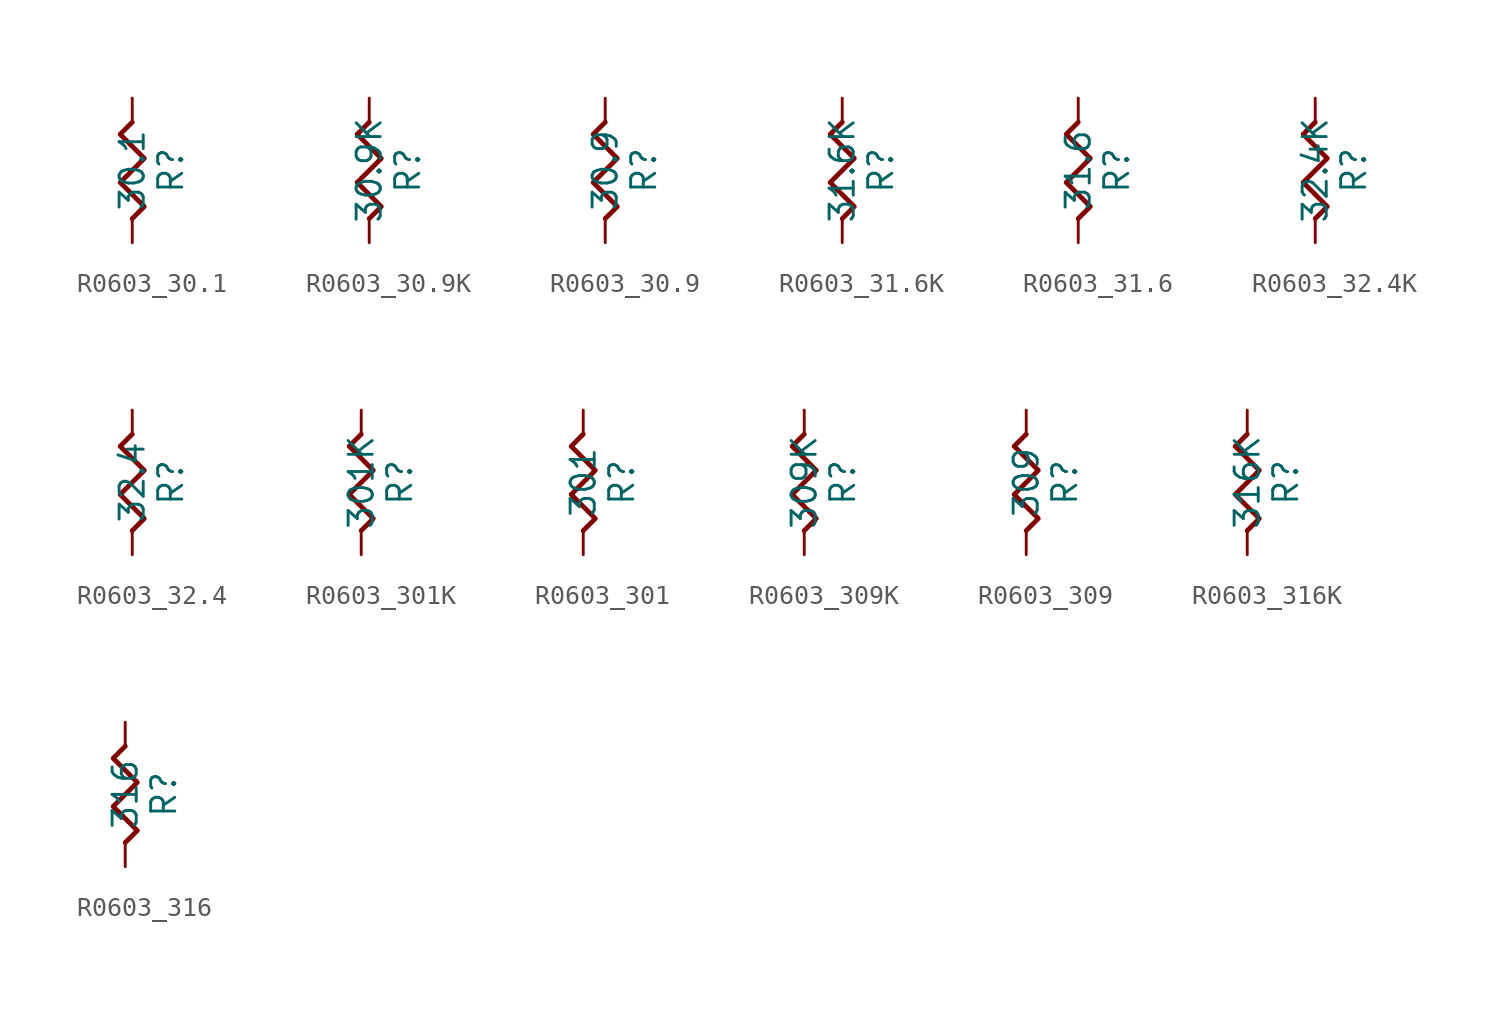
<source format=kicad_sym>
(kicad_symbol_lib
  (version 20211014)
  (generator atlantix-eda)
  (symbol "R0603_30.1"
    (pin_numbers hide)
    (pin_names
      (offset 0))
    (property "Reference" "R"
      (at 2.032 0 90)
      (effects (font (size 1.27 1.27))))
    (property "Value" "30.1"
      (at 0 0 90)
      (effects (font (size 1.27 1.27))))
    (symbol "R0603_30.1_0_1"
      (polyline (pts (xy 0 -2.54) (xy 0.635 -1.905) (xy -0.635 -0.635) (xy 0.635 0.635) (xy -0.635 1.905) (xy 0 2.54)) (stroke (width 0.254) (type default) (color 0 0 0 0)) (fill (type none))))
    (symbol "R0603_30.1_1_1"
      (pin passive line (at 0 3.81 270) (length 1.27) (name "~" (effects (font (size 1.27 1.27)))) (number "1" (effects (font (size 1.27 1.27)))))
      (pin passive line (at 0 -3.81 90) (length 1.27) (name "~" (effects (font (size 1.27 1.27)))) (number "2" (effects (font (size 1.27 1.27)))))))
  (symbol "R0603_30.9K"
    (pin_numbers hide)
    (pin_names
      (offset 0))
    (property "Reference" "R"
      (at 2.032 0 90)
      (effects (font (size 1.27 1.27))))
    (property "Value" "30.9K"
      (at 0 0 90)
      (effects (font (size 1.27 1.27))))
    (symbol "R0603_30.9K_0_1"
      (polyline (pts (xy 0 -2.54) (xy 0.635 -1.905) (xy -0.635 -0.635) (xy 0.635 0.635) (xy -0.635 1.905) (xy 0 2.54)) (stroke (width 0.254) (type default) (color 0 0 0 0)) (fill (type none))))
    (symbol "R0603_30.9K_1_1"
      (pin passive line (at 0 3.81 270) (length 1.27) (name "~" (effects (font (size 1.27 1.27)))) (number "1" (effects (font (size 1.27 1.27)))))
      (pin passive line (at 0 -3.81 90) (length 1.27) (name "~" (effects (font (size 1.27 1.27)))) (number "2" (effects (font (size 1.27 1.27)))))))
  (symbol "R0603_30.9"
    (pin_numbers hide)
    (pin_names
      (offset 0))
    (property "Reference" "R"
      (at 2.032 0 90)
      (effects (font (size 1.27 1.27))))
    (property "Value" "30.9"
      (at 0 0 90)
      (effects (font (size 1.27 1.27))))
    (symbol "R0603_30.9_0_1"
      (polyline (pts (xy 0 -2.54) (xy 0.635 -1.905) (xy -0.635 -0.635) (xy 0.635 0.635) (xy -0.635 1.905) (xy 0 2.54)) (stroke (width 0.254) (type default) (color 0 0 0 0)) (fill (type none))))
    (symbol "R0603_30.9_1_1"
      (pin passive line (at 0 3.81 270) (length 1.27) (name "~" (effects (font (size 1.27 1.27)))) (number "1" (effects (font (size 1.27 1.27)))))
      (pin passive line (at 0 -3.81 90) (length 1.27) (name "~" (effects (font (size 1.27 1.27)))) (number "2" (effects (font (size 1.27 1.27)))))))
  (symbol "R0603_31.6K"
    (pin_numbers hide)
    (pin_names
      (offset 0))
    (property "Reference" "R"
      (at 2.032 0 90)
      (effects (font (size 1.27 1.27))))
    (property "Value" "31.6K"
      (at 0 0 90)
      (effects (font (size 1.27 1.27))))
    (symbol "R0603_31.6K_0_1"
      (polyline (pts (xy 0 -2.54) (xy 0.635 -1.905) (xy -0.635 -0.635) (xy 0.635 0.635) (xy -0.635 1.905) (xy 0 2.54)) (stroke (width 0.254) (type default) (color 0 0 0 0)) (fill (type none))))
    (symbol "R0603_31.6K_1_1"
      (pin passive line (at 0 3.81 270) (length 1.27) (name "~" (effects (font (size 1.27 1.27)))) (number "1" (effects (font (size 1.27 1.27)))))
      (pin passive line (at 0 -3.81 90) (length 1.27) (name "~" (effects (font (size 1.27 1.27)))) (number "2" (effects (font (size 1.27 1.27)))))))
  (symbol "R0603_31.6"
    (pin_numbers hide)
    (pin_names
      (offset 0))
    (property "Reference" "R"
      (at 2.032 0 90)
      (effects (font (size 1.27 1.27))))
    (property "Value" "31.6"
      (at 0 0 90)
      (effects (font (size 1.27 1.27))))
    (symbol "R0603_31.6_0_1"
      (polyline (pts (xy 0 -2.54) (xy 0.635 -1.905) (xy -0.635 -0.635) (xy 0.635 0.635) (xy -0.635 1.905) (xy 0 2.54)) (stroke (width 0.254) (type default) (color 0 0 0 0)) (fill (type none))))
    (symbol "R0603_31.6_1_1"
      (pin passive line (at 0 3.81 270) (length 1.27) (name "~" (effects (font (size 1.27 1.27)))) (number "1" (effects (font (size 1.27 1.27)))))
      (pin passive line (at 0 -3.81 90) (length 1.27) (name "~" (effects (font (size 1.27 1.27)))) (number "2" (effects (font (size 1.27 1.27)))))))
  (symbol "R0603_32.4K"
    (pin_numbers hide)
    (pin_names
      (offset 0))
    (property "Reference" "R"
      (at 2.032 0 90)
      (effects (font (size 1.27 1.27))))
    (property "Value" "32.4K"
      (at 0 0 90)
      (effects (font (size 1.27 1.27))))
    (symbol "R0603_32.4K_0_1"
      (polyline (pts (xy 0 -2.54) (xy 0.635 -1.905) (xy -0.635 -0.635) (xy 0.635 0.635) (xy -0.635 1.905) (xy 0 2.54)) (stroke (width 0.254) (type default) (color 0 0 0 0)) (fill (type none))))
    (symbol "R0603_32.4K_1_1"
      (pin passive line (at 0 3.81 270) (length 1.27) (name "~" (effects (font (size 1.27 1.27)))) (number "1" (effects (font (size 1.27 1.27)))))
      (pin passive line (at 0 -3.81 90) (length 1.27) (name "~" (effects (font (size 1.27 1.27)))) (number "2" (effects (font (size 1.27 1.27)))))))
  (symbol "R0603_32.4"
    (pin_numbers hide)
    (pin_names
      (offset 0))
    (property "Reference" "R"
      (at 2.032 0 90)
      (effects (font (size 1.27 1.27))))
    (property "Value" "32.4"
      (at 0 0 90)
      (effects (font (size 1.27 1.27))))
    (symbol "R0603_32.4_0_1"
      (polyline (pts (xy 0 -2.54) (xy 0.635 -1.905) (xy -0.635 -0.635) (xy 0.635 0.635) (xy -0.635 1.905) (xy 0 2.54)) (stroke (width 0.254) (type default) (color 0 0 0 0)) (fill (type none))))
    (symbol "R0603_32.4_1_1"
      (pin passive line (at 0 3.81 270) (length 1.27) (name "~" (effects (font (size 1.27 1.27)))) (number "1" (effects (font (size 1.27 1.27)))))
      (pin passive line (at 0 -3.81 90) (length 1.27) (name "~" (effects (font (size 1.27 1.27)))) (number "2" (effects (font (size 1.27 1.27)))))))
  (symbol "R0603_301K"
    (pin_numbers hide)
    (pin_names
      (offset 0))
    (property "Reference" "R"
      (at 2.032 0 90)
      (effects (font (size 1.27 1.27))))
    (property "Value" "301K"
      (at 0 0 90)
      (effects (font (size 1.27 1.27))))
    (symbol "R0603_301K_0_1"
      (polyline (pts (xy 0 -2.54) (xy 0.635 -1.905) (xy -0.635 -0.635) (xy 0.635 0.635) (xy -0.635 1.905) (xy 0 2.54)) (stroke (width 0.254) (type default) (color 0 0 0 0)) (fill (type none))))
    (symbol "R0603_301K_1_1"
      (pin passive line (at 0 3.81 270) (length 1.27) (name "~" (effects (font (size 1.27 1.27)))) (number "1" (effects (font (size 1.27 1.27)))))
      (pin passive line (at 0 -3.81 90) (length 1.27) (name "~" (effects (font (size 1.27 1.27)))) (number "2" (effects (font (size 1.27 1.27)))))))
  (symbol "R0603_301"
    (pin_numbers hide)
    (pin_names
      (offset 0))
    (property "Reference" "R"
      (at 2.032 0 90)
      (effects (font (size 1.27 1.27))))
    (property "Value" "301"
      (at 0 0 90)
      (effects (font (size 1.27 1.27))))
    (symbol "R0603_301_0_1"
      (polyline (pts (xy 0 -2.54) (xy 0.635 -1.905) (xy -0.635 -0.635) (xy 0.635 0.635) (xy -0.635 1.905) (xy 0 2.54)) (stroke (width 0.254) (type default) (color 0 0 0 0)) (fill (type none))))
    (symbol "R0603_301_1_1"
      (pin passive line (at 0 3.81 270) (length 1.27) (name "~" (effects (font (size 1.27 1.27)))) (number "1" (effects (font (size 1.27 1.27)))))
      (pin passive line (at 0 -3.81 90) (length 1.27) (name "~" (effects (font (size 1.27 1.27)))) (number "2" (effects (font (size 1.27 1.27)))))))
  (symbol "R0603_309K"
    (pin_numbers hide)
    (pin_names
      (offset 0))
    (property "Reference" "R"
      (at 2.032 0 90)
      (effects (font (size 1.27 1.27))))
    (property "Value" "309K"
      (at 0 0 90)
      (effects (font (size 1.27 1.27))))
    (symbol "R0603_309K_0_1"
      (polyline (pts (xy 0 -2.54) (xy 0.635 -1.905) (xy -0.635 -0.635) (xy 0.635 0.635) (xy -0.635 1.905) (xy 0 2.54)) (stroke (width 0.254) (type default) (color 0 0 0 0)) (fill (type none))))
    (symbol "R0603_309K_1_1"
      (pin passive line (at 0 3.81 270) (length 1.27) (name "~" (effects (font (size 1.27 1.27)))) (number "1" (effects (font (size 1.27 1.27)))))
      (pin passive line (at 0 -3.81 90) (length 1.27) (name "~" (effects (font (size 1.27 1.27)))) (number "2" (effects (font (size 1.27 1.27)))))))
  (symbol "R0603_309"
    (pin_numbers hide)
    (pin_names
      (offset 0))
    (property "Reference" "R"
      (at 2.032 0 90)
      (effects (font (size 1.27 1.27))))
    (property "Value" "309"
      (at 0 0 90)
      (effects (font (size 1.27 1.27))))
    (symbol "R0603_309_0_1"
      (polyline (pts (xy 0 -2.54) (xy 0.635 -1.905) (xy -0.635 -0.635) (xy 0.635 0.635) (xy -0.635 1.905) (xy 0 2.54)) (stroke (width 0.254) (type default) (color 0 0 0 0)) (fill (type none))))
    (symbol "R0603_309_1_1"
      (pin passive line (at 0 3.81 270) (length 1.27) (name "~" (effects (font (size 1.27 1.27)))) (number "1" (effects (font (size 1.27 1.27)))))
      (pin passive line (at 0 -3.81 90) (length 1.27) (name "~" (effects (font (size 1.27 1.27)))) (number "2" (effects (font (size 1.27 1.27)))))))
  (symbol "R0603_316K"
    (pin_numbers hide)
    (pin_names
      (offset 0))
    (property "Reference" "R"
      (at 2.032 0 90)
      (effects (font (size 1.27 1.27))))
    (property "Value" "316K"
      (at 0 0 90)
      (effects (font (size 1.27 1.27))))
    (symbol "R0603_316K_0_1"
      (polyline (pts (xy 0 -2.54) (xy 0.635 -1.905) (xy -0.635 -0.635) (xy 0.635 0.635) (xy -0.635 1.905) (xy 0 2.54)) (stroke (width 0.254) (type default) (color 0 0 0 0)) (fill (type none))))
    (symbol "R0603_316K_1_1"
      (pin passive line (at 0 3.81 270) (length 1.27) (name "~" (effects (font (size 1.27 1.27)))) (number "1" (effects (font (size 1.27 1.27)))))
      (pin passive line (at 0 -3.81 90) (length 1.27) (name "~" (effects (font (size 1.27 1.27)))) (number "2" (effects (font (size 1.27 1.27)))))))
  (symbol "R0603_316"
    (pin_numbers hide)
    (pin_names
      (offset 0))
    (property "Reference" "R"
      (at 2.032 0 90)
      (effects (font (size 1.27 1.27))))
    (property "Value" "316"
      (at 0 0 90)
      (effects (font (size 1.27 1.27))))
    (symbol "R0603_316_0_1"
      (polyline (pts (xy 0 -2.54) (xy 0.635 -1.905) (xy -0.635 -0.635) (xy 0.635 0.635) (xy -0.635 1.905) (xy 0 2.54)) (stroke (width 0.254) (type default) (color 0 0 0 0)) (fill (type none))))
    (symbol "R0603_316_1_1"
      (pin passive line (at 0 3.81 270) (length 1.27) (name "~" (effects (font (size 1.27 1.27)))) (number "1" (effects (font (size 1.27 1.27)))))
      (pin passive line (at 0 -3.81 90) (length 1.27) (name "~" (effects (font (size 1.27 1.27)))) (number "2" (effects (font (size 1.27 1.27))))))))
</source>
